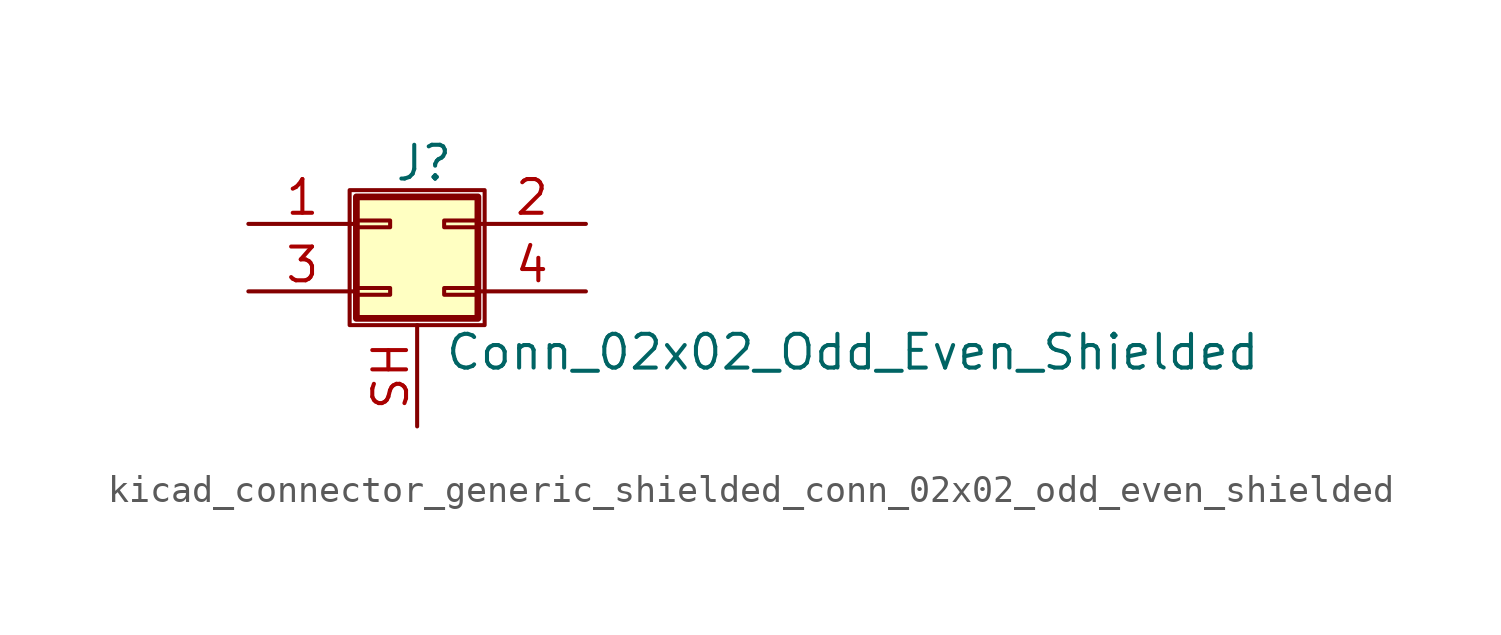
<source format=kicad_sym>
(kicad_symbol_lib
  (version 20220914)
  (generator kicad_symbol_editor)
  (symbol "kicad_connector_generic_shielded_conn_02x02_odd_even_shielded"
    (pin_names
      (offset 1.016) hide)
    (property "Reference" "J"
      (at 1.524 2.286 0)
      (effects (font (size 1.27 1.27))))
    (property "Value" "Conn_02x02_Odd_Even_Shielded"
      (at 2.286 -4.826 0)
      (effects (font (size 1.27 1.27)) (justify left)))
    (symbol "kicad_connector_generic_shielded_conn_02x02_odd_even_shielded_1_1"
      (rectangle (start -1.27 1.27) (end 3.81 -3.81) (stroke (width 0.152) (type default)) (fill (type none)))
      (rectangle (start -1.016 -2.413) (end 0.254 -2.667) (stroke (width 0.152) (type default)) (fill (type none)))
      (rectangle (start -1.016 0.127) (end 0.254 -0.127) (stroke (width 0.152) (type default)) (fill (type none)))
      (rectangle (start -1.016 1.016) (end 3.556 -3.556) (stroke (width 0.254) (type default)) (fill (type background)))
      (rectangle (start 3.556 -2.413) (end 2.286 -2.667) (stroke (width 0.152) (type default)) (fill (type none)))
      (rectangle (start 3.556 0.127) (end 2.286 -0.127) (stroke (width 0.152) (type default)) (fill (type none)))
      (pin passive line (at -5.08 0 0) (length 4.064) (name "Pin_1" (effects (font (size 1.27 1.27)))) (number "1" (effects (font (size 1.27 1.27)))))
      (pin passive line (at 7.62 0 180) (length 4.064) (name "Pin_2" (effects (font (size 1.27 1.27)))) (number "2" (effects (font (size 1.27 1.27)))))
      (pin passive line (at -5.08 -2.54 0) (length 4.064) (name "Pin_3" (effects (font (size 1.27 1.27)))) (number "3" (effects (font (size 1.27 1.27)))))
      (pin passive line (at 7.62 -2.54 180) (length 4.064) (name "Pin_4" (effects (font (size 1.27 1.27)))) (number "4" (effects (font (size 1.27 1.27)))))
      (pin passive line (at 1.27 -7.62 90) (length 3.81) (name "Shield" (effects (font (size 1.27 1.27)))) (number "SH" (effects (font (size 1.27 1.27))))))))
</source>
